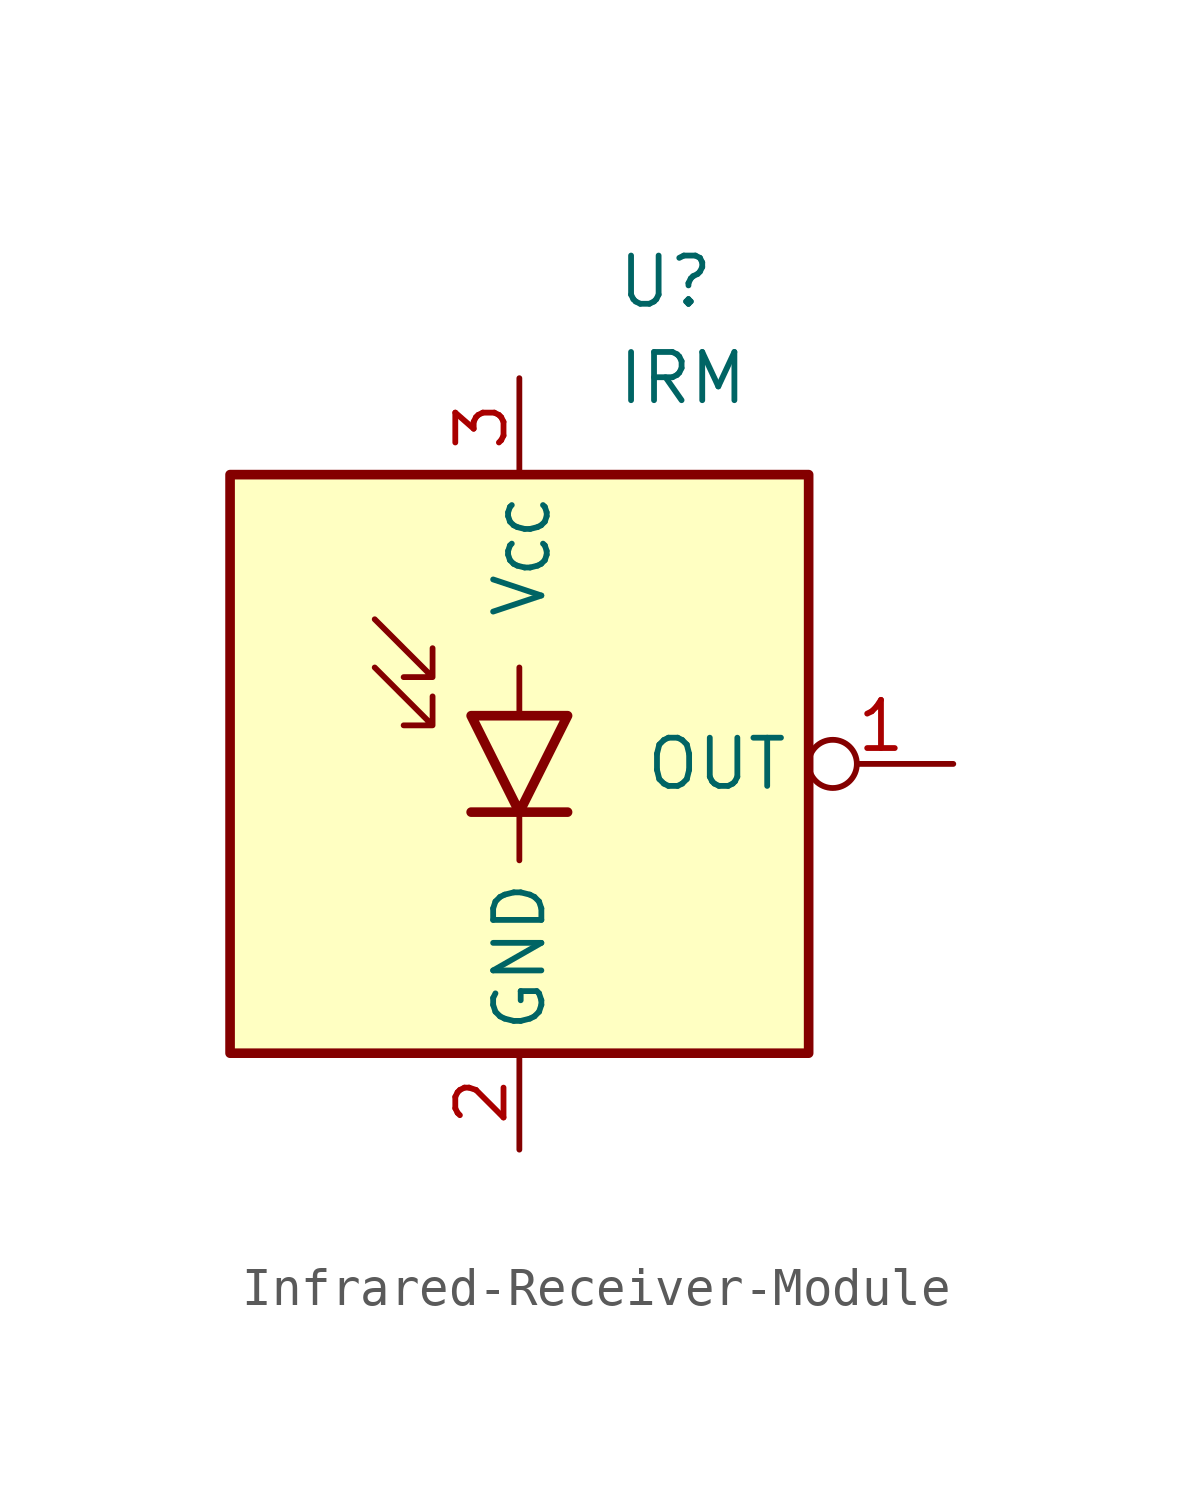
<source format=kicad_sym>
(kicad_symbol_lib
  (version 20231120)
  (generator "kicad_symbol_editor")
  (generator_version "8.0")
  (symbol "Infrared-Receiver-Module"
    (property "Reference" "U"
      (at 2.54 12.7 0)
      (effects (font (size 1.27 1.27)) (justify left)))
    (property "Value" "IRM"
      (at 2.54 10.16 0)
      (effects (font (size 1.27 1.27)) (justify left)))
    (symbol "Infrared-Receiver-Module_0_1"
      (polyline (pts (xy 0 -2.54) (xy 0 -1.27)) (stroke (width 0) (type default)) (fill (type none)))
      (polyline (pts (xy 0 1.27) (xy 0 2.54)) (stroke (width 0) (type default)) (fill (type none)))
      (polyline (pts (xy 1.27 -1.27) (xy -1.27 -1.27)) (stroke (width 0.254) (type default)) (fill (type none)))
      (polyline (pts (xy 1.27 1.27) (xy -1.27 1.27) (xy 0 -1.27) (xy 1.27 1.27)) (stroke (width 0.254) (type default)) (fill (type none)))
      (polyline (pts (xy -3.81 2.54) (xy -2.286 1.016) (xy -2.286 1.778) (xy -2.286 1.016) (xy -3.048 1.016)) (stroke (width 0) (type default)) (fill (type none)))
      (polyline (pts (xy -3.81 3.81) (xy -2.286 2.286) (xy -2.286 3.048) (xy -2.286 2.286) (xy -3.048 2.286)) (stroke (width 0) (type default)) (fill (type none))))
    (symbol "Infrared-Receiver-Module_1_1"
      (rectangle (start -7.62 7.62) (end 7.62 -7.62) (stroke (width 0.254) (type default)) (fill (type background)))
      (pin output inverted (at 11.43 0 180) (length 3.81) (name "OUT" (effects (font (size 1.27 1.27)))) (number "1" (effects (font (size 1.27 1.27)))))
      (pin power_in line (at 0 -10.16 90) (length 2.54) (name "GND" (effects (font (size 1.27 1.27)))) (number "2" (effects (font (size 1.27 1.27)))))
      (pin power_in line (at 0 10.16 270) (length 2.54) (name "V_{CC}" (effects (font (size 1.27 1.27)))) (number "3" (effects (font (size 1.27 1.27))))))))
</source>
